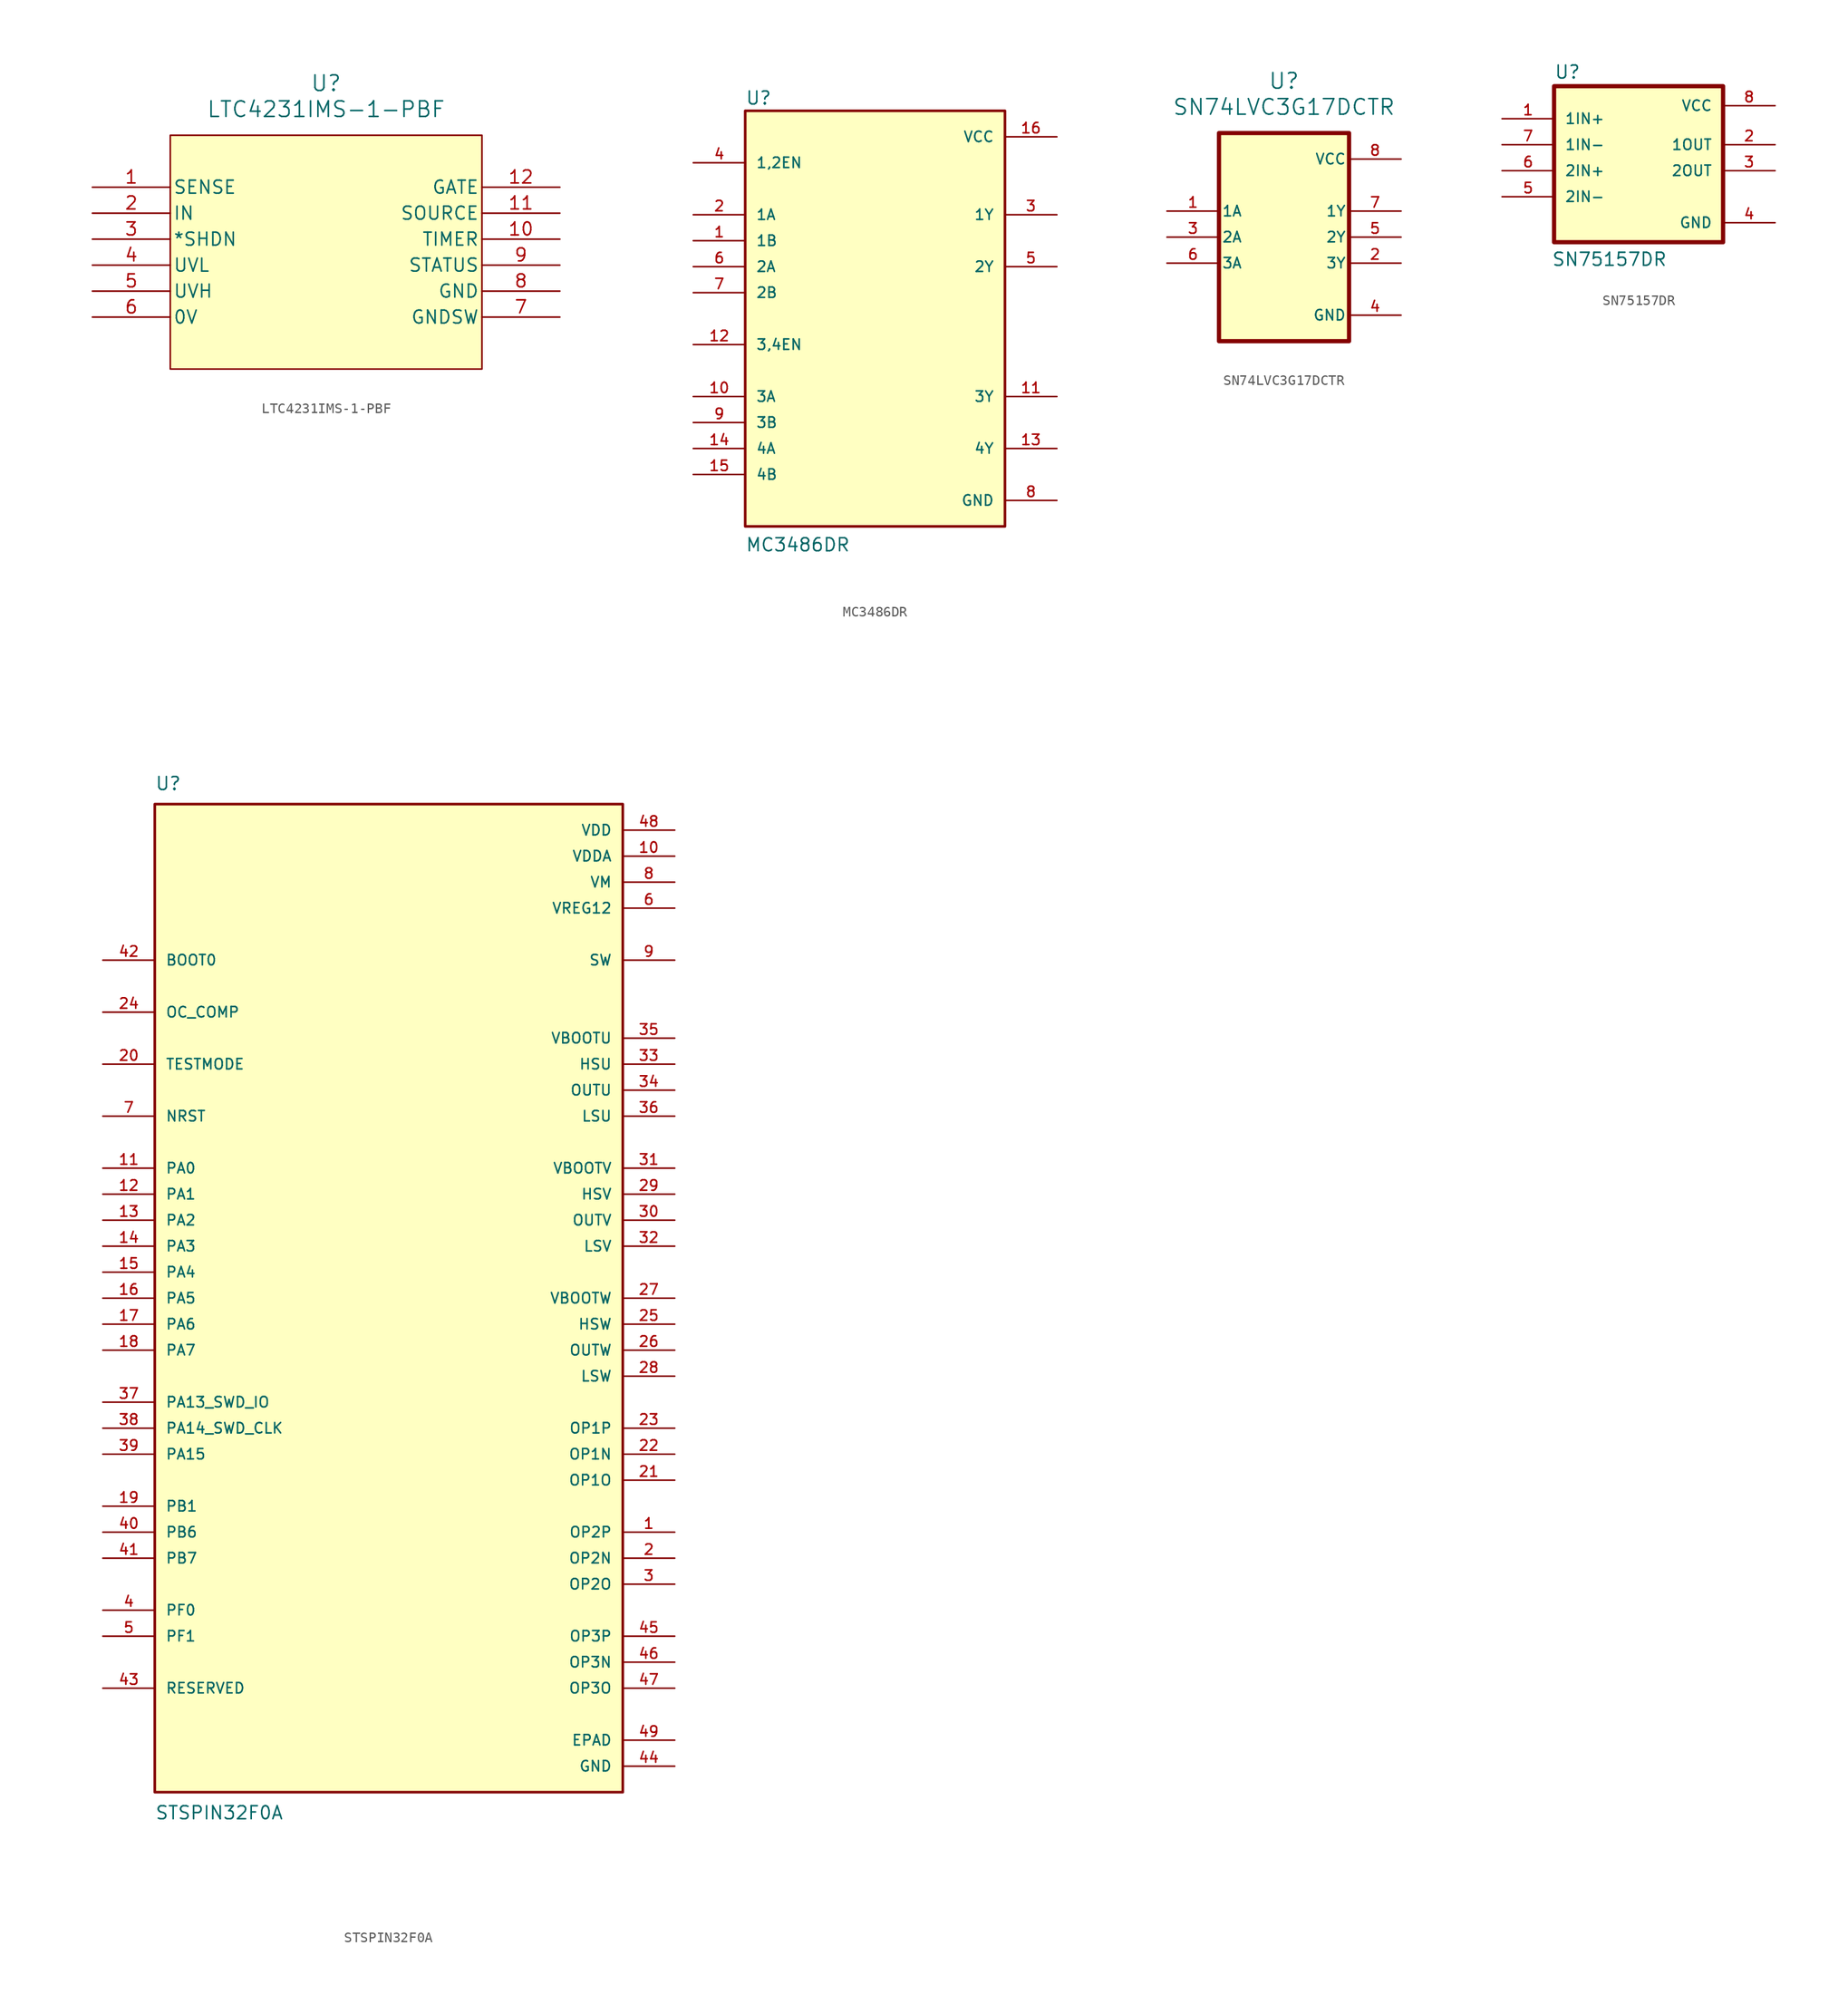
<source format=kicad_sym>
(kicad_symbol_lib
  (version 20231120)
  (generator "kicad_symbol_editor")
  (generator_version "8.0")
  (symbol "LTC4231IMS-1-PBF"
    (pin_names
      (offset 0.254))
    (property "Reference" "U"
      (at 22.86 10.16 0)
      (effects (font (size 1.524 1.524))))
    (property "Value" "LTC4231IMS-1-PBF"
      (at 22.86 7.62 0)
      (effects (font (size 1.524 1.524))))
    (symbol "LTC4231IMS-1-PBF_1_1"
      (rectangle (start 7.62 5.08) (end 38.1 -17.78) (stroke (width 0) (type default)) (fill (type background)))
      (pin unspecified line (at 0 0 0) (length 7.62) (name "SENSE" (effects (font (size 1.27 1.27)))) (number "1" (effects (font (size 1.27 1.27)))))
      (pin unspecified line (at 45.72 -5.08 180) (length 7.62) (name "TIMER" (effects (font (size 1.27 1.27)))) (number "10" (effects (font (size 1.27 1.27)))))
      (pin unspecified line (at 45.72 -2.54 180) (length 7.62) (name "SOURCE" (effects (font (size 1.27 1.27)))) (number "11" (effects (font (size 1.27 1.27)))))
      (pin unspecified line (at 45.72 0 180) (length 7.62) (name "GATE" (effects (font (size 1.27 1.27)))) (number "12" (effects (font (size 1.27 1.27)))))
      (pin input line (at 0 -2.54 0) (length 7.62) (name "IN" (effects (font (size 1.27 1.27)))) (number "2" (effects (font (size 1.27 1.27)))))
      (pin unspecified line (at 0 -5.08 0) (length 7.62) (name "*SHDN" (effects (font (size 1.27 1.27)))) (number "3" (effects (font (size 1.27 1.27)))))
      (pin unspecified line (at 0 -7.62 0) (length 7.62) (name "UVL" (effects (font (size 1.27 1.27)))) (number "4" (effects (font (size 1.27 1.27)))))
      (pin unspecified line (at 0 -10.16 0) (length 7.62) (name "UVH" (effects (font (size 1.27 1.27)))) (number "5" (effects (font (size 1.27 1.27)))))
      (pin unspecified line (at 0 -12.7 0) (length 7.62) (name "0V" (effects (font (size 1.27 1.27)))) (number "6" (effects (font (size 1.27 1.27)))))
      (pin power_out line (at 45.72 -12.7 180) (length 7.62) (name "GNDSW" (effects (font (size 1.27 1.27)))) (number "7" (effects (font (size 1.27 1.27)))))
      (pin power_out line (at 45.72 -10.16 180) (length 7.62) (name "GND" (effects (font (size 1.27 1.27)))) (number "8" (effects (font (size 1.27 1.27)))))
      (pin unspecified line (at 45.72 -7.62 180) (length 7.62) (name "STATUS" (effects (font (size 1.27 1.27)))) (number "9" (effects (font (size 1.27 1.27)))))))
  (symbol "MC3486DR"
    (pin_names
      (offset 1.016))
    (property "Reference" "U"
      (at -12.7 20.828 0)
      (effects (font (size 1.27 1.27)) (justify left bottom)))
    (property "Value" "MC3486DR"
      (at -12.7 -22.86 0)
      (effects (font (size 1.27 1.27)) (justify left bottom)))
    (symbol "MC3486DR_0_0"
      (rectangle (start -12.7 20.32) (end 12.7 -20.32) (stroke (width 0.254) (type default)) (fill (type background)))
      (pin input line (at -17.78 7.62 0) (length 5.08) (name "1B" (effects (font (size 1.016 1.016)))) (number "1" (effects (font (size 1.016 1.016)))))
      (pin input line (at -17.78 -7.62 0) (length 5.08) (name "3A" (effects (font (size 1.016 1.016)))) (number "10" (effects (font (size 1.016 1.016)))))
      (pin output line (at 17.78 -7.62 180) (length 5.08) (name "3Y" (effects (font (size 1.016 1.016)))) (number "11" (effects (font (size 1.016 1.016)))))
      (pin input line (at -17.78 -2.54 0) (length 5.08) (name "3,4EN" (effects (font (size 1.016 1.016)))) (number "12" (effects (font (size 1.016 1.016)))))
      (pin output line (at 17.78 -12.7 180) (length 5.08) (name "4Y" (effects (font (size 1.016 1.016)))) (number "13" (effects (font (size 1.016 1.016)))))
      (pin input line (at -17.78 -12.7 0) (length 5.08) (name "4A" (effects (font (size 1.016 1.016)))) (number "14" (effects (font (size 1.016 1.016)))))
      (pin input line (at -17.78 -15.24 0) (length 5.08) (name "4B" (effects (font (size 1.016 1.016)))) (number "15" (effects (font (size 1.016 1.016)))))
      (pin power_in line (at 17.78 17.78 180) (length 5.08) (name "VCC" (effects (font (size 1.016 1.016)))) (number "16" (effects (font (size 1.016 1.016)))))
      (pin input line (at -17.78 10.16 0) (length 5.08) (name "1A" (effects (font (size 1.016 1.016)))) (number "2" (effects (font (size 1.016 1.016)))))
      (pin output line (at 17.78 10.16 180) (length 5.08) (name "1Y" (effects (font (size 1.016 1.016)))) (number "3" (effects (font (size 1.016 1.016)))))
      (pin input line (at -17.78 15.24 0) (length 5.08) (name "1,2EN" (effects (font (size 1.016 1.016)))) (number "4" (effects (font (size 1.016 1.016)))))
      (pin output line (at 17.78 5.08 180) (length 5.08) (name "2Y" (effects (font (size 1.016 1.016)))) (number "5" (effects (font (size 1.016 1.016)))))
      (pin input line (at -17.78 5.08 0) (length 5.08) (name "2A" (effects (font (size 1.016 1.016)))) (number "6" (effects (font (size 1.016 1.016)))))
      (pin input line (at -17.78 2.54 0) (length 5.08) (name "2B" (effects (font (size 1.016 1.016)))) (number "7" (effects (font (size 1.016 1.016)))))
      (pin power_in line (at 17.78 -17.78 180) (length 5.08) (name "GND" (effects (font (size 1.016 1.016)))) (number "8" (effects (font (size 1.016 1.016)))))
      (pin input line (at -17.78 -10.16 0) (length 5.08) (name "3B" (effects (font (size 1.016 1.016)))) (number "9" (effects (font (size 1.016 1.016)))))))
  (symbol "SN74LVC3G17DCTR"
    (pin_names
      (offset 0.254))
    (property "Reference" "U"
      (at 20.32 10.16 0)
      (effects (font (size 1.524 1.524))))
    (property "Value" "SN74LVC3G17DCTR"
      (at 20.32 7.62 0)
      (effects (font (size 1.524 1.524))))
    (symbol "SN74LVC3G17DCTR_0_0"
      (rectangle (start 13.97 5.08) (end 26.67 -15.24) (stroke (width 0.41) (type default)) (fill (type background)))
      (pin input line (at 8.89 -2.54 0) (length 5.08) (name "1A" (effects (font (size 1.016 1.016)))) (number "1" (effects (font (size 1.016 1.016)))))
      (pin output line (at 31.75 -7.62 180) (length 5.08) (name "3Y" (effects (font (size 1.016 1.016)))) (number "2" (effects (font (size 1.016 1.016)))))
      (pin input line (at 8.89 -5.08 0) (length 5.08) (name "2A" (effects (font (size 1.016 1.016)))) (number "3" (effects (font (size 1.016 1.016)))))
      (pin power_in line (at 31.75 -12.7 180) (length 5.08) (name "GND" (effects (font (size 1.016 1.016)))) (number "4" (effects (font (size 1.016 1.016)))))
      (pin output line (at 31.75 -5.08 180) (length 5.08) (name "2Y" (effects (font (size 1.016 1.016)))) (number "5" (effects (font (size 1.016 1.016)))))
      (pin input line (at 8.89 -7.62 0) (length 5.08) (name "3A" (effects (font (size 1.016 1.016)))) (number "6" (effects (font (size 1.016 1.016)))))
      (pin output line (at 31.75 -2.54 180) (length 5.08) (name "1Y" (effects (font (size 1.016 1.016)))) (number "7" (effects (font (size 1.016 1.016)))))
      (pin power_in line (at 31.75 2.54 180) (length 5.08) (name "VCC" (effects (font (size 1.016 1.016)))) (number "8" (effects (font (size 1.016 1.016)))))))
  (symbol "SN75157DR"
    (pin_names
      (offset 1.016))
    (property "Reference" "U"
      (at -8.89 11.43 0)
      (effects (font (size 1.27 1.27)) (justify left bottom)))
    (property "Value" "SN75157DR"
      (at -9.144 -6.858 0)
      (effects (font (size 1.27 1.27)) (justify left bottom)))
    (symbol "SN75157DR_0_0"
      (rectangle (start -8.89 10.795) (end 7.62 -4.445) (stroke (width 0.41) (type default)) (fill (type background)))
      (pin input line (at -13.97 7.62 0) (length 5.08) (name "1IN+" (effects (font (size 1.016 1.016)))) (number "1" (effects (font (size 1.016 1.016)))))
      (pin output line (at 12.7 5.08 180) (length 5.08) (name "1OUT" (effects (font (size 1.016 1.016)))) (number "2" (effects (font (size 1.016 1.016)))))
      (pin output line (at 12.7 2.54 180) (length 5.08) (name "2OUT" (effects (font (size 1.016 1.016)))) (number "3" (effects (font (size 1.016 1.016)))))
      (pin power_in line (at 12.7 -2.54 180) (length 5.08) (name "GND" (effects (font (size 1.016 1.016)))) (number "4" (effects (font (size 1.016 1.016)))))
      (pin input line (at -13.97 0 0) (length 5.08) (name "2IN-" (effects (font (size 1.016 1.016)))) (number "5" (effects (font (size 1.016 1.016)))))
      (pin input line (at -13.97 2.54 0) (length 5.08) (name "2IN+" (effects (font (size 1.016 1.016)))) (number "6" (effects (font (size 1.016 1.016)))))
      (pin input line (at -13.97 5.08 0) (length 5.08) (name "1IN-" (effects (font (size 1.016 1.016)))) (number "7" (effects (font (size 1.016 1.016)))))
      (pin power_in line (at 12.7 8.89 180) (length 5.08) (name "VCC" (effects (font (size 1.016 1.016)))) (number "8" (effects (font (size 1.016 1.016)))))))
  (symbol "STSPIN32F0A"
    (pin_names
      (offset 1.016))
    (property "Reference" "U"
      (at -22.86 49.53 0)
      (effects (font (size 1.27 1.27)) (justify left bottom)))
    (property "Value" "STSPIN32F0A"
      (at -22.86 -49.53 0)
      (effects (font (size 1.27 1.27)) (justify left top)))
    (symbol "STSPIN32F0A_0_0"
      (rectangle (start -22.86 48.26) (end 22.86 -48.26) (stroke (width 0.254) (type default)) (fill (type background)))
      (pin input line (at 27.94 -22.86 180) (length 5.08) (name "OP2P" (effects (font (size 1.016 1.016)))) (number "1" (effects (font (size 1.016 1.016)))))
      (pin power_in line (at 27.94 43.18 180) (length 5.08) (name "VDDA" (effects (font (size 1.016 1.016)))) (number "10" (effects (font (size 1.016 1.016)))))
      (pin bidirectional line (at -27.94 12.7 0) (length 5.08) (name "PA0" (effects (font (size 1.016 1.016)))) (number "11" (effects (font (size 1.016 1.016)))))
      (pin bidirectional line (at -27.94 10.16 0) (length 5.08) (name "PA1" (effects (font (size 1.016 1.016)))) (number "12" (effects (font (size 1.016 1.016)))))
      (pin bidirectional line (at -27.94 7.62 0) (length 5.08) (name "PA2" (effects (font (size 1.016 1.016)))) (number "13" (effects (font (size 1.016 1.016)))))
      (pin bidirectional line (at -27.94 5.08 0) (length 5.08) (name "PA3" (effects (font (size 1.016 1.016)))) (number "14" (effects (font (size 1.016 1.016)))))
      (pin bidirectional line (at -27.94 2.54 0) (length 5.08) (name "PA4" (effects (font (size 1.016 1.016)))) (number "15" (effects (font (size 1.016 1.016)))))
      (pin bidirectional line (at -27.94 0 0) (length 5.08) (name "PA5" (effects (font (size 1.016 1.016)))) (number "16" (effects (font (size 1.016 1.016)))))
      (pin bidirectional line (at -27.94 -2.54 0) (length 5.08) (name "PA6" (effects (font (size 1.016 1.016)))) (number "17" (effects (font (size 1.016 1.016)))))
      (pin bidirectional line (at -27.94 -5.08 0) (length 5.08) (name "PA7" (effects (font (size 1.016 1.016)))) (number "18" (effects (font (size 1.016 1.016)))))
      (pin bidirectional line (at -27.94 -20.32 0) (length 5.08) (name "PB1" (effects (font (size 1.016 1.016)))) (number "19" (effects (font (size 1.016 1.016)))))
      (pin input line (at 27.94 -25.4 180) (length 5.08) (name "OP2N" (effects (font (size 1.016 1.016)))) (number "2" (effects (font (size 1.016 1.016)))))
      (pin input line (at -27.94 22.86 0) (length 5.08) (name "TESTMODE" (effects (font (size 1.016 1.016)))) (number "20" (effects (font (size 1.016 1.016)))))
      (pin output line (at 27.94 -17.78 180) (length 5.08) (name "OP1O" (effects (font (size 1.016 1.016)))) (number "21" (effects (font (size 1.016 1.016)))))
      (pin input line (at 27.94 -15.24 180) (length 5.08) (name "OP1N" (effects (font (size 1.016 1.016)))) (number "22" (effects (font (size 1.016 1.016)))))
      (pin input line (at 27.94 -12.7 180) (length 5.08) (name "OP1P" (effects (font (size 1.016 1.016)))) (number "23" (effects (font (size 1.016 1.016)))))
      (pin input line (at -27.94 27.94 0) (length 5.08) (name "OC_COMP" (effects (font (size 1.016 1.016)))) (number "24" (effects (font (size 1.016 1.016)))))
      (pin output line (at 27.94 -2.54 180) (length 5.08) (name "HSW" (effects (font (size 1.016 1.016)))) (number "25" (effects (font (size 1.016 1.016)))))
      (pin output line (at 27.94 -5.08 180) (length 5.08) (name "OUTW" (effects (font (size 1.016 1.016)))) (number "26" (effects (font (size 1.016 1.016)))))
      (pin power_in line (at 27.94 0 180) (length 5.08) (name "VBOOTW" (effects (font (size 1.016 1.016)))) (number "27" (effects (font (size 1.016 1.016)))))
      (pin output line (at 27.94 -7.62 180) (length 5.08) (name "LSW" (effects (font (size 1.016 1.016)))) (number "28" (effects (font (size 1.016 1.016)))))
      (pin output line (at 27.94 10.16 180) (length 5.08) (name "HSV" (effects (font (size 1.016 1.016)))) (number "29" (effects (font (size 1.016 1.016)))))
      (pin output line (at 27.94 -27.94 180) (length 5.08) (name "OP2O" (effects (font (size 1.016 1.016)))) (number "3" (effects (font (size 1.016 1.016)))))
      (pin output line (at 27.94 7.62 180) (length 5.08) (name "OUTV" (effects (font (size 1.016 1.016)))) (number "30" (effects (font (size 1.016 1.016)))))
      (pin power_in line (at 27.94 12.7 180) (length 5.08) (name "VBOOTV" (effects (font (size 1.016 1.016)))) (number "31" (effects (font (size 1.016 1.016)))))
      (pin output line (at 27.94 5.08 180) (length 5.08) (name "LSV" (effects (font (size 1.016 1.016)))) (number "32" (effects (font (size 1.016 1.016)))))
      (pin output line (at 27.94 22.86 180) (length 5.08) (name "HSU" (effects (font (size 1.016 1.016)))) (number "33" (effects (font (size 1.016 1.016)))))
      (pin output line (at 27.94 20.32 180) (length 5.08) (name "OUTU" (effects (font (size 1.016 1.016)))) (number "34" (effects (font (size 1.016 1.016)))))
      (pin power_in line (at 27.94 25.4 180) (length 5.08) (name "VBOOTU" (effects (font (size 1.016 1.016)))) (number "35" (effects (font (size 1.016 1.016)))))
      (pin output line (at 27.94 17.78 180) (length 5.08) (name "LSU" (effects (font (size 1.016 1.016)))) (number "36" (effects (font (size 1.016 1.016)))))
      (pin bidirectional line (at -27.94 -10.16 0) (length 5.08) (name "PA13_SWD_IO" (effects (font (size 1.016 1.016)))) (number "37" (effects (font (size 1.016 1.016)))))
      (pin bidirectional line (at -27.94 -12.7 0) (length 5.08) (name "PA14_SWD_CLK" (effects (font (size 1.016 1.016)))) (number "38" (effects (font (size 1.016 1.016)))))
      (pin bidirectional line (at -27.94 -15.24 0) (length 5.08) (name "PA15" (effects (font (size 1.016 1.016)))) (number "39" (effects (font (size 1.016 1.016)))))
      (pin bidirectional line (at -27.94 -30.48 0) (length 5.08) (name "PF0" (effects (font (size 1.016 1.016)))) (number "4" (effects (font (size 1.016 1.016)))))
      (pin bidirectional line (at -27.94 -22.86 0) (length 5.08) (name "PB6" (effects (font (size 1.016 1.016)))) (number "40" (effects (font (size 1.016 1.016)))))
      (pin bidirectional line (at -27.94 -25.4 0) (length 5.08) (name "PB7" (effects (font (size 1.016 1.016)))) (number "41" (effects (font (size 1.016 1.016)))))
      (pin input line (at -27.94 33.02 0) (length 5.08) (name "BOOT0" (effects (font (size 1.016 1.016)))) (number "42" (effects (font (size 1.016 1.016)))))
      (pin passive line (at -27.94 -38.1 0) (length 5.08) (name "RESERVED" (effects (font (size 1.016 1.016)))) (number "43" (effects (font (size 1.016 1.016)))))
      (pin power_in line (at 27.94 -45.72 180) (length 5.08) (name "GND" (effects (font (size 1.016 1.016)))) (number "44" (effects (font (size 1.016 1.016)))))
      (pin input line (at 27.94 -33.02 180) (length 5.08) (name "OP3P" (effects (font (size 1.016 1.016)))) (number "45" (effects (font (size 1.016 1.016)))))
      (pin input line (at 27.94 -35.56 180) (length 5.08) (name "OP3N" (effects (font (size 1.016 1.016)))) (number "46" (effects (font (size 1.016 1.016)))))
      (pin output line (at 27.94 -38.1 180) (length 5.08) (name "OP3O" (effects (font (size 1.016 1.016)))) (number "47" (effects (font (size 1.016 1.016)))))
      (pin power_in line (at 27.94 45.72 180) (length 5.08) (name "VDD" (effects (font (size 1.016 1.016)))) (number "48" (effects (font (size 1.016 1.016)))))
      (pin power_in line (at 27.94 -43.18 180) (length 5.08) (name "EPAD" (effects (font (size 1.016 1.016)))) (number "49" (effects (font (size 1.016 1.016)))))
      (pin bidirectional line (at -27.94 -33.02 0) (length 5.08) (name "PF1" (effects (font (size 1.016 1.016)))) (number "5" (effects (font (size 1.016 1.016)))))
      (pin power_in line (at 27.94 38.1 180) (length 5.08) (name "VREG12" (effects (font (size 1.016 1.016)))) (number "6" (effects (font (size 1.016 1.016)))))
      (pin bidirectional line (at -27.94 17.78 0) (length 5.08) (name "NRST" (effects (font (size 1.016 1.016)))) (number "7" (effects (font (size 1.016 1.016)))))
      (pin power_in line (at 27.94 40.64 180) (length 5.08) (name "VM" (effects (font (size 1.016 1.016)))) (number "8" (effects (font (size 1.016 1.016)))))
      (pin output line (at 27.94 33.02 180) (length 5.08) (name "SW" (effects (font (size 1.016 1.016)))) (number "9" (effects (font (size 1.016 1.016))))))))
</source>
